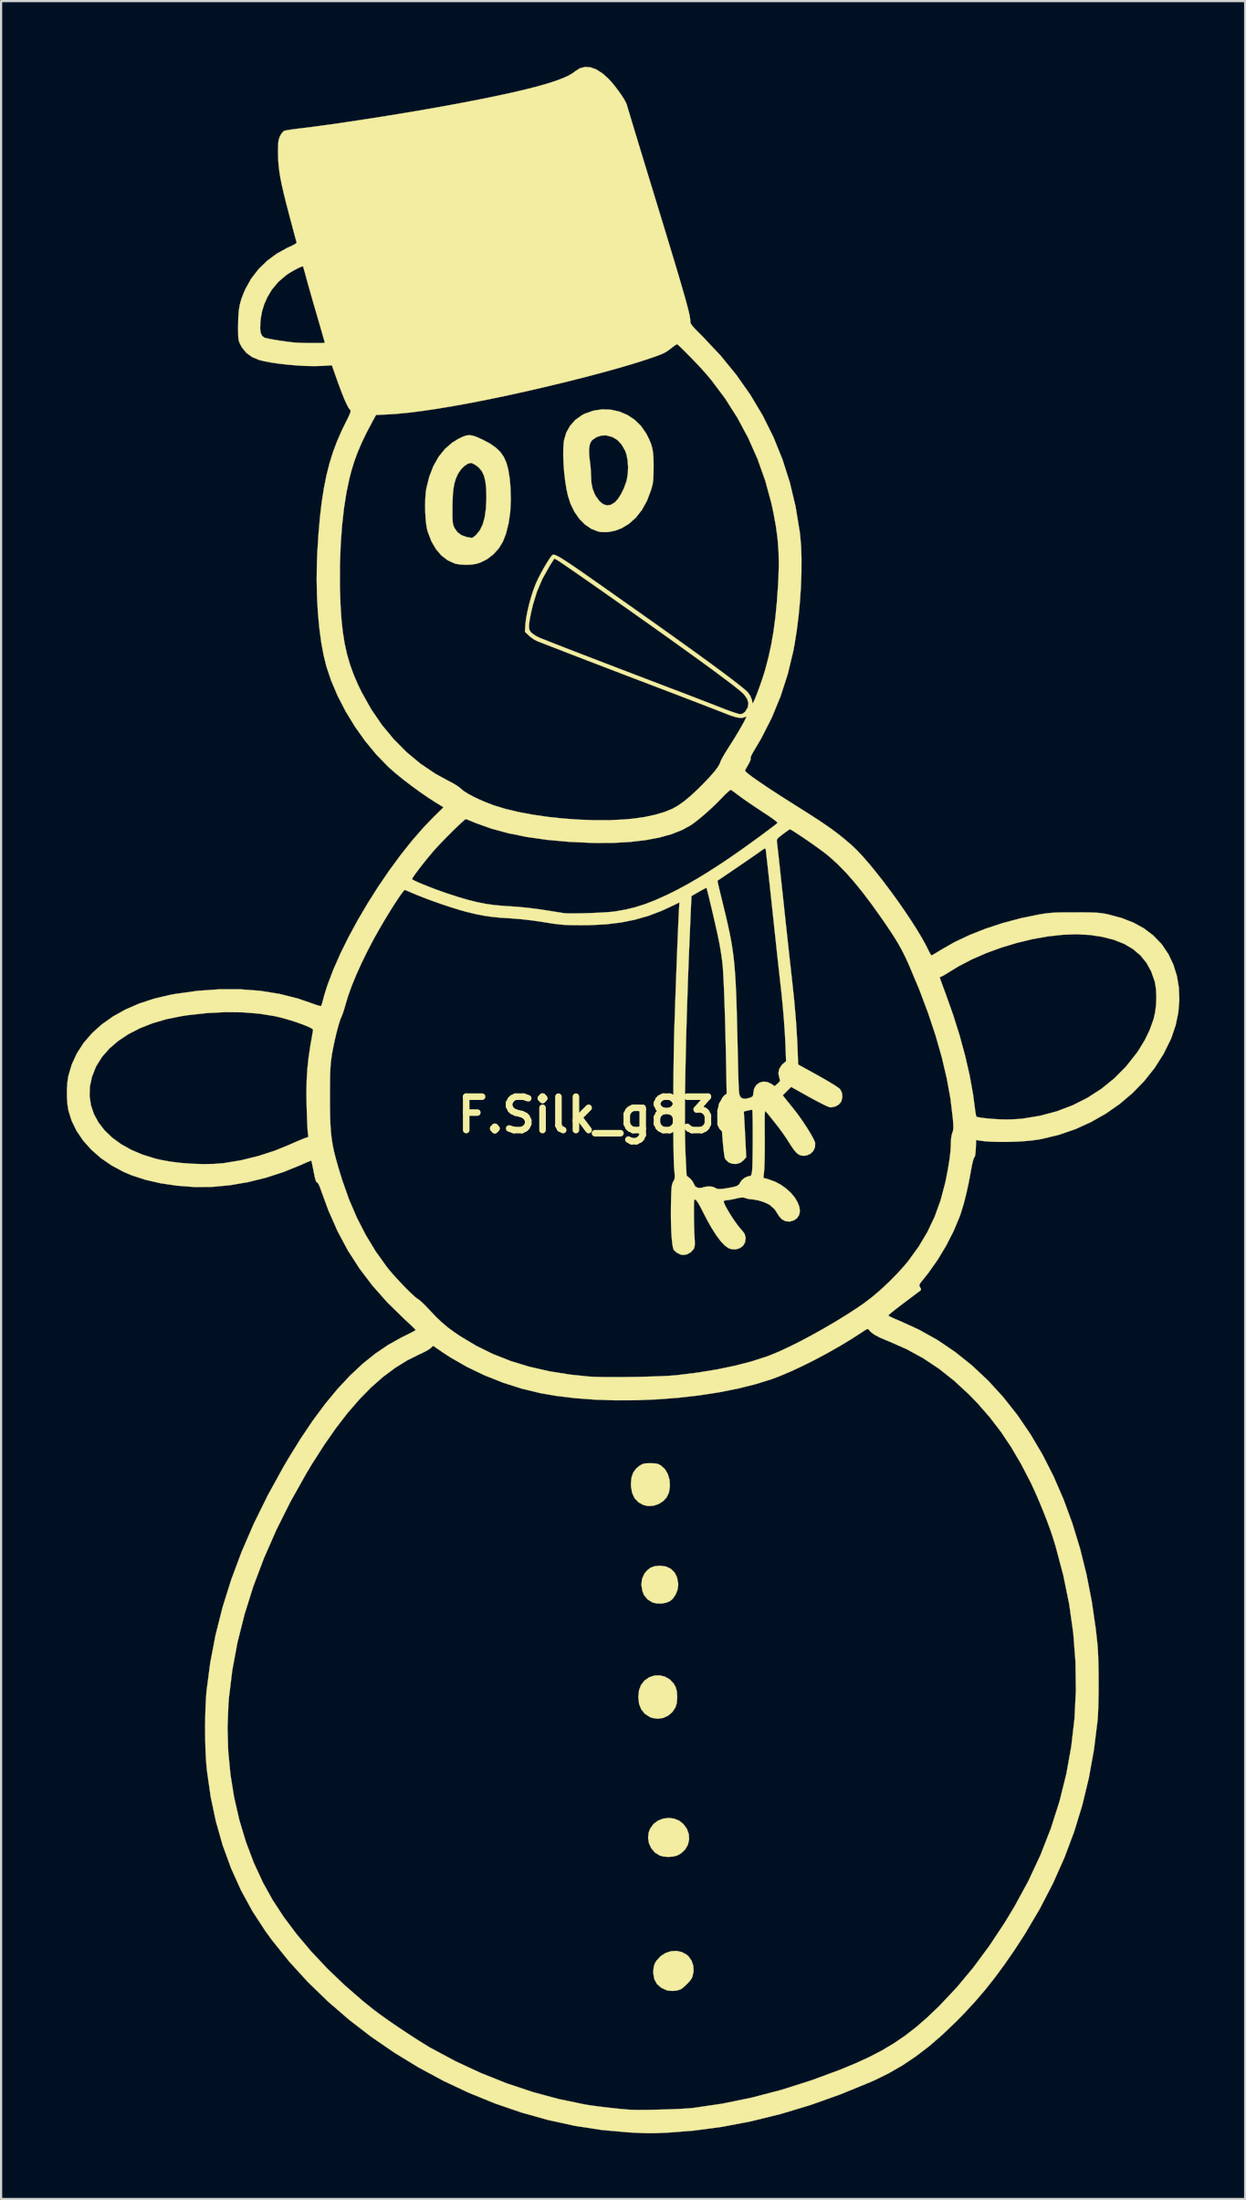
<source format=kicad_pcb>
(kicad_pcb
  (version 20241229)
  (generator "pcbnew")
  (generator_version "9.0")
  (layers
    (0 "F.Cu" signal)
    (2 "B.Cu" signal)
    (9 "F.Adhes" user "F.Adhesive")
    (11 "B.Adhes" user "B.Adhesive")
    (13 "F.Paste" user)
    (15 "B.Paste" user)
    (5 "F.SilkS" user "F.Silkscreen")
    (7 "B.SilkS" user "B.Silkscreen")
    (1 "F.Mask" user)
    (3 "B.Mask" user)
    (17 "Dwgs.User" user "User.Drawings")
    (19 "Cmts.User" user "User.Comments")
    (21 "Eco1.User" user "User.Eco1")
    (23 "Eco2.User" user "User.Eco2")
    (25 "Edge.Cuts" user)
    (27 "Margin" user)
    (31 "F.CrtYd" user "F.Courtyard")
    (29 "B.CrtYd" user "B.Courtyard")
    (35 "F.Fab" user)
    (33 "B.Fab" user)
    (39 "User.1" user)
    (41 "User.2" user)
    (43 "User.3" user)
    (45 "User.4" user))
  (footprint "F.Silk_g836"
    (layer "F.Cu")
    (at 24.434 47.837)
    (property "Reference" "F.Silk_g836" (at 0 0 0) (layer "F.SilkS") (effects (font (size 1.524 1.524) (thickness 0.3))))
    (attr through_hole)
    (fp_poly (pts (xy 3.282 32.115) (xy 3.517 32.211) (xy 3.705 32.359) (xy 3.867 32.58) (xy 3.954 32.82) (xy 3.969 33.065) (xy 3.916 33.301) (xy 3.796 33.515) (xy 3.614 33.693) (xy 3.42 33.801) (xy 3.239 33.847) (xy 3.02 33.863) (xy 2.802 33.846) (xy 2.625 33.799) (xy 2.407 33.662) (xy 2.243 33.471) (xy 2.137 33.243) (xy 2.096 32.994) (xy 2.125 32.742) (xy 2.193 32.567) (xy 2.345 32.36) (xy 2.546 32.209) (xy 2.78 32.117) (xy 3.031 32.085) (xy 3.282 32.115)) (stroke (width 0.01) (type solid)) (fill yes) (layer "F.SilkS"))
    (fp_poly (pts (xy 2.871 25.638) (xy 3.086 25.763) (xy 3.263 25.95) (xy 3.349 26.099) (xy 3.409 26.306) (xy 3.427 26.564) (xy 3.407 26.836) (xy 3.349 27.03) (xy 3.204 27.252) (xy 3.009 27.418) (xy 2.78 27.522) (xy 2.532 27.557) (xy 2.281 27.518) (xy 2.18 27.479) (xy 1.95 27.331) (xy 1.785 27.132) (xy 1.686 26.88) (xy 1.652 26.573) (xy 1.652 26.555) (xy 1.683 26.258) (xy 1.775 26.014) (xy 1.931 25.816) (xy 1.931 25.815) (xy 2.149 25.663) (xy 2.388 25.585) (xy 2.634 25.578) (xy 2.871 25.638)) (stroke (width 0.01) (type solid)) (fill yes) (layer "F.SilkS"))
    (fp_poly (pts (xy 2.917 20.61) (xy 3.137 20.715) (xy 3.306 20.882) (xy 3.419 21.106) (xy 3.469 21.382) (xy 3.471 21.461) (xy 3.438 21.682) (xy 3.347 21.901) (xy 3.215 22.087) (xy 3.107 22.181) (xy 2.931 22.26) (xy 2.713 22.299) (xy 2.49 22.296) (xy 2.295 22.249) (xy 2.286 22.244) (xy 2.068 22.106) (xy 1.914 21.915) (xy 1.836 21.725) (xy 1.79 21.438) (xy 1.822 21.171) (xy 1.929 20.933) (xy 2.06 20.778) (xy 2.215 20.661) (xy 2.392 20.597) (xy 2.617 20.574) (xy 2.65 20.574) (xy 2.917 20.61)) (stroke (width 0.01) (type solid)) (fill yes) (layer "F.SilkS"))
    (fp_poly (pts (xy 3.633 38.204) (xy 3.854 38.324) (xy 3.938 38.397) (xy 4.079 38.595) (xy 4.159 38.831) (xy 4.174 39.083) (xy 4.121 39.328) (xy 4.084 39.412) (xy 4.014 39.511) (xy 3.901 39.635) (xy 3.771 39.761) (xy 3.649 39.864) (xy 3.577 39.911) (xy 3.414 39.962) (xy 3.213 39.981) (xy 3.016 39.966) (xy 2.939 39.947) (xy 2.685 39.828) (xy 2.498 39.66) (xy 2.381 39.442) (xy 2.334 39.178) (xy 2.336 39.051) (xy 2.357 38.869) (xy 2.402 38.73) (xy 2.48 38.599) (xy 2.668 38.394) (xy 2.892 38.25) (xy 3.138 38.169) (xy 3.39 38.153) (xy 3.633 38.204)) (stroke (width 0.01) (type solid)) (fill yes) (layer "F.SilkS"))
    (fp_poly (pts (xy 2.377 15.9) (xy 2.501 15.917) (xy 2.6 15.952) (xy 2.697 16.01) (xy 2.872 16.174) (xy 2.999 16.394) (xy 3.075 16.654) (xy 3.093 16.937) (xy 3.05 17.225) (xy 3.046 17.239) (xy 2.946 17.451) (xy 2.783 17.627) (xy 2.576 17.758) (xy 2.342 17.835) (xy 2.098 17.85) (xy 1.89 17.805) (xy 1.654 17.677) (xy 1.48 17.491) (xy 1.367 17.246) (xy 1.316 16.946) (xy 1.313 16.845) (xy 1.338 16.556) (xy 1.417 16.323) (xy 1.557 16.134) (xy 1.69 16.023) (xy 1.792 15.957) (xy 1.885 15.919) (xy 1.998 15.901) (xy 2.161 15.896) (xy 2.197 15.896) (xy 2.377 15.9)) (stroke (width 0.01) (type solid)) (fill yes) (layer "F.SilkS"))
    (fp_poly (pts (xy 0.398 -32.189) (xy 0.785 -32.102) (xy 1.15 -31.948) (xy 1.482 -31.729) (xy 1.77 -31.449) (xy 2.005 -31.112) (xy 2.038 -31.051) (xy 2.149 -30.826) (xy 2.231 -30.627) (xy 2.287 -30.434) (xy 2.322 -30.227) (xy 2.341 -29.983) (xy 2.347 -29.683) (xy 2.346 -29.57) (xy 2.344 -29.304) (xy 2.338 -29.102) (xy 2.326 -28.943) (xy 2.306 -28.807) (xy 2.275 -28.673) (xy 2.23 -28.521) (xy 2.228 -28.513) (xy 2.047 -28.034) (xy 1.816 -27.616) (xy 1.539 -27.263) (xy 1.219 -26.978) (xy 0.879 -26.774) (xy 0.569 -26.66) (xy 0.253 -26.602) (xy -0.046 -26.604) (xy -0.181 -26.629) (xy -0.493 -26.75) (xy -0.783 -26.947) (xy -1.044 -27.21) (xy -1.267 -27.531) (xy -1.447 -27.903) (xy -1.563 -28.265) (xy -1.632 -28.586) (xy -1.689 -28.95) (xy -1.733 -29.337) (xy -1.762 -29.727) (xy -1.776 -30.101) (xy -1.773 -30.366) (xy -0.598 -30.366) (xy -0.59 -30.083) (xy -0.555 -29.782) (xy -0.53 -29.572) (xy -0.514 -29.338) (xy -0.509 -29.18) (xy -0.49 -28.845) (xy -0.432 -28.565) (xy -0.33 -28.315) (xy -0.283 -28.232) (xy -0.122 -28.012) (xy 0.047 -27.875) (xy 0.222 -27.82) (xy 0.401 -27.849) (xy 0.583 -27.962) (xy 0.584 -27.963) (xy 0.726 -28.121) (xy 0.866 -28.342) (xy 0.993 -28.603) (xy 1.095 -28.884) (xy 1.127 -28.998) (xy 1.172 -29.275) (xy 1.184 -29.578) (xy 1.162 -29.879) (xy 1.109 -30.15) (xy 1.051 -30.313) (xy 0.888 -30.598) (xy 0.695 -30.806) (xy 0.464 -30.943) (xy 0.19 -31.015) (xy 0.17 -31.017) (xy -0.049 -31.007) (xy -0.262 -30.934) (xy -0.441 -30.811) (xy -0.509 -30.732) (xy -0.57 -30.585) (xy -0.598 -30.366) (xy -1.773 -30.366) (xy -1.772 -30.439) (xy -1.75 -30.72) (xy -1.739 -30.795) (xy -1.637 -31.145) (xy -1.461 -31.458) (xy -1.219 -31.727) (xy -0.916 -31.942) (xy -0.793 -32.005) (xy -0.401 -32.144) (xy -0.001 -32.204) (xy 0.398 -32.189)) (stroke (width 0.01) (type solid)) (fill yes) (layer "F.SilkS"))
    (fp_poly (pts (xy -5.895 -31.002) (xy -5.708 -30.936) (xy -5.472 -30.828) (xy -5.438 -30.812) (xy -5.119 -30.641) (xy -4.86 -30.462) (xy -4.653 -30.265) (xy -4.493 -30.039) (xy -4.372 -29.771) (xy -4.285 -29.451) (xy -4.224 -29.069) (xy -4.188 -28.689) (xy -4.168 -28.091) (xy -4.196 -27.525) (xy -4.271 -27.001) (xy -4.39 -26.53) (xy -4.529 -26.171) (xy -4.717 -25.859) (xy -4.965 -25.585) (xy -5.258 -25.362) (xy -5.578 -25.204) (xy -5.762 -25.149) (xy -5.965 -25.119) (xy -6.203 -25.109) (xy -6.442 -25.119) (xy -6.648 -25.147) (xy -6.719 -25.165) (xy -7.043 -25.31) (xy -7.332 -25.529) (xy -7.582 -25.819) (xy -7.79 -26.175) (xy -7.952 -26.594) (xy -7.981 -26.691) (xy -8.023 -26.902) (xy -8.054 -27.173) (xy -8.071 -27.458) (xy -6.834 -27.458) (xy -6.832 -27.256) (xy -6.825 -27.11) (xy -6.813 -27.002) (xy -6.793 -26.918) (xy -6.765 -26.844) (xy -6.739 -26.788) (xy -6.606 -26.598) (xy -6.417 -26.46) (xy -6.166 -26.371) (xy -5.944 -26.336) (xy -5.891 -26.361) (xy -5.802 -26.43) (xy -5.737 -26.49) (xy -5.577 -26.693) (xy -5.452 -26.952) (xy -5.363 -27.271) (xy -5.307 -27.658) (xy -5.284 -28.117) (xy -5.283 -28.197) (xy -5.292 -28.592) (xy -5.329 -28.915) (xy -5.394 -29.176) (xy -5.492 -29.383) (xy -5.626 -29.545) (xy -5.733 -29.631) (xy -5.851 -29.704) (xy -5.951 -29.751) (xy -5.989 -29.76) (xy -6.134 -29.723) (xy -6.29 -29.619) (xy -6.442 -29.465) (xy -6.573 -29.273) (xy -6.6 -29.221) (xy -6.682 -29.031) (xy -6.744 -28.823) (xy -6.788 -28.583) (xy -6.816 -28.296) (xy -6.83 -27.948) (xy -6.833 -27.728) (xy -6.834 -27.458) (xy -8.071 -27.458) (xy -8.073 -27.482) (xy -8.079 -27.805) (xy -8.072 -28.12) (xy -8.051 -28.403) (xy -8.025 -28.591) (xy -7.89 -29.133) (xy -7.702 -29.617) (xy -7.463 -30.039) (xy -7.174 -30.398) (xy -6.838 -30.689) (xy -6.56 -30.859) (xy -6.365 -30.954) (xy -6.202 -31.01) (xy -6.053 -31.026) (xy -5.895 -31.002)) (stroke (width 0.01) (type solid)) (fill yes) (layer "F.SilkS"))
    (fp_poly (pts (xy -0.526 -47.813) (xy -0.258 -47.712) (xy 0.021 -47.532) (xy 0.277 -47.304) (xy 0.423 -47.147) (xy 0.579 -46.958) (xy 0.735 -46.753) (xy 0.879 -46.549) (xy 1 -46.361) (xy 1.086 -46.205) (xy 1.127 -46.102) (xy 1.142 -46.046) (xy 1.181 -45.915) (xy 1.241 -45.716) (xy 1.32 -45.453) (xy 1.416 -45.134) (xy 1.528 -44.765) (xy 1.654 -44.35) (xy 1.792 -43.897) (xy 1.94 -43.412) (xy 2.096 -42.9) (xy 2.224 -42.481) (xy 2.475 -41.66) (xy 2.703 -40.915) (xy 2.907 -40.243) (xy 3.09 -39.639) (xy 3.253 -39.101) (xy 3.396 -38.624) (xy 3.521 -38.205) (xy 3.628 -37.838) (xy 3.72 -37.52) (xy 3.798 -37.248) (xy 3.861 -37.017) (xy 3.912 -36.823) (xy 3.952 -36.662) (xy 3.982 -36.531) (xy 4.002 -36.425) (xy 4.015 -36.34) (xy 4.021 -36.273) (xy 4.022 -36.243) (xy 4.026 -36.185) (xy 4.044 -36.127) (xy 4.083 -36.06) (xy 4.153 -35.973) (xy 4.259 -35.857) (xy 4.412 -35.701) (xy 4.597 -35.517) (xy 5.396 -34.668) (xy 6.118 -33.786) (xy 6.762 -32.87) (xy 7.329 -31.92) (xy 7.819 -30.935) (xy 8.232 -29.915) (xy 8.568 -28.858) (xy 8.829 -27.765) (xy 9.014 -26.634) (xy 9.038 -26.437) (xy 9.08 -25.939) (xy 9.098 -25.374) (xy 9.095 -24.761) (xy 9.072 -24.114) (xy 9.028 -23.449) (xy 8.965 -22.782) (xy 8.884 -22.129) (xy 8.786 -21.506) (xy 8.722 -21.167) (xy 8.469 -20.114) (xy 8.141 -19.101) (xy 7.739 -18.125) (xy 7.26 -17.185) (xy 6.949 -16.658) (xy 6.848 -16.485) (xy 6.788 -16.357) (xy 6.772 -16.284) (xy 6.775 -16.275) (xy 6.775 -16.214) (xy 6.728 -16.1) (xy 6.666 -15.987) (xy 6.592 -15.859) (xy 6.539 -15.76) (xy 6.519 -15.713) (xy 6.555 -15.664) (xy 6.657 -15.576) (xy 6.822 -15.45) (xy 7.045 -15.292) (xy 7.319 -15.103) (xy 7.64 -14.888) (xy 8.004 -14.651) (xy 8.404 -14.394) (xy 8.805 -14.14) (xy 9.239 -13.867) (xy 9.611 -13.629) (xy 9.93 -13.422) (xy 10.205 -13.236) (xy 10.448 -13.066) (xy 10.668 -12.904) (xy 10.875 -12.743) (xy 11.079 -12.577) (xy 11.289 -12.397) (xy 11.403 -12.299) (xy 11.636 -12.076) (xy 11.903 -11.79) (xy 12.197 -11.452) (xy 12.509 -11.07) (xy 12.834 -10.657) (xy 13.162 -10.221) (xy 13.486 -9.774) (xy 13.799 -9.325) (xy 14.093 -8.886) (xy 14.361 -8.466) (xy 14.595 -8.076) (xy 14.787 -7.726) (xy 14.877 -7.545) (xy 14.943 -7.413) (xy 14.998 -7.319) (xy 15.031 -7.281) (xy 15.032 -7.281) (xy 15.078 -7.303) (xy 15.179 -7.36) (xy 15.318 -7.444) (xy 15.437 -7.518) (xy 16.062 -7.876) (xy 16.756 -8.206) (xy 17.506 -8.503) (xy 18.298 -8.763) (xy 19.121 -8.981) (xy 19.96 -9.153) (xy 20.149 -9.183) (xy 20.323 -9.207) (xy 20.499 -9.224) (xy 20.694 -9.236) (xy 20.923 -9.243) (xy 21.203 -9.247) (xy 21.55 -9.247) (xy 21.59 -9.247) (xy 21.935 -9.246) (xy 22.21 -9.243) (xy 22.429 -9.237) (xy 22.606 -9.228) (xy 22.757 -9.213) (xy 22.895 -9.193) (xy 23.035 -9.167) (xy 23.103 -9.152) (xy 23.713 -8.988) (xy 24.255 -8.776) (xy 24.733 -8.512) (xy 25.149 -8.197) (xy 25.507 -7.828) (xy 25.552 -7.774) (xy 25.846 -7.338) (xy 26.073 -6.858) (xy 26.233 -6.342) (xy 26.323 -5.799) (xy 26.344 -5.238) (xy 26.295 -4.666) (xy 26.175 -4.092) (xy 25.983 -3.525) (xy 25.951 -3.45) (xy 25.621 -2.781) (xy 25.217 -2.147) (xy 24.747 -1.554) (xy 24.215 -1.006) (xy 23.628 -0.507) (xy 22.991 -0.062) (xy 22.31 0.325) (xy 21.591 0.651) (xy 20.84 0.909) (xy 20.061 1.096) (xy 19.918 1.122) (xy 19.617 1.164) (xy 19.266 1.196) (xy 18.886 1.218) (xy 18.495 1.23) (xy 18.111 1.23) (xy 17.755 1.22) (xy 17.444 1.198) (xy 17.202 1.166) (xy 17.069 1.141) (xy 17.054 1.524) (xy 17.039 1.745) (xy 17.016 1.883) (xy 16.983 1.943) (xy 16.954 1.998) (xy 16.917 2.124) (xy 16.875 2.311) (xy 16.831 2.545) (xy 16.825 2.58) (xy 16.728 3.101) (xy 16.617 3.604) (xy 16.497 4.071) (xy 16.372 4.481) (xy 16.311 4.656) (xy 16.036 5.31) (xy 15.698 5.971) (xy 15.311 6.612) (xy 14.89 7.209) (xy 14.718 7.426) (xy 14.595 7.577) (xy 14.518 7.679) (xy 14.481 7.747) (xy 14.477 7.796) (xy 14.497 7.843) (xy 14.511 7.865) (xy 14.554 7.944) (xy 14.545 7.992) (xy 14.518 8.017) (xy 14.467 8.056) (xy 14.359 8.137) (xy 14.205 8.253) (xy 14.018 8.394) (xy 13.808 8.552) (xy 13.758 8.59) (xy 13.549 8.749) (xy 13.364 8.892) (xy 13.215 9.012) (xy 13.111 9.099) (xy 13.062 9.147) (xy 13.06 9.152) (xy 13.097 9.18) (xy 13.198 9.233) (xy 13.349 9.301) (xy 13.534 9.38) (xy 13.568 9.393) (xy 14.455 9.796) (xy 15.306 10.273) (xy 16.117 10.822) (xy 16.889 11.441) (xy 17.62 12.128) (xy 18.308 12.88) (xy 18.952 13.696) (xy 19.55 14.572) (xy 20.102 15.507) (xy 20.605 16.498) (xy 21.059 17.544) (xy 21.461 18.641) (xy 21.812 19.787) (xy 22.108 20.981) (xy 22.35 22.22) (xy 22.535 23.502) (xy 22.611 24.215) (xy 22.628 24.463) (xy 22.642 24.777) (xy 22.652 25.141) (xy 22.658 25.538) (xy 22.659 25.95) (xy 22.657 26.362) (xy 22.651 26.755) (xy 22.641 27.113) (xy 22.627 27.42) (xy 22.61 27.644) (xy 22.446 28.97) (xy 22.215 30.252) (xy 21.915 31.497) (xy 21.543 32.712) (xy 21.097 33.901) (xy 20.575 35.072) (xy 19.975 36.231) (xy 19.293 37.384) (xy 18.833 38.094) (xy 18.373 38.761) (xy 17.928 39.366) (xy 17.483 39.928) (xy 17.023 40.464) (xy 16.535 40.993) (xy 16.173 41.362) (xy 15.543 41.966) (xy 14.929 42.498) (xy 14.319 42.966) (xy 13.703 43.379) (xy 13.068 43.744) (xy 12.403 44.069) (xy 12.255 44.135) (xy 10.878 44.699) (xy 9.508 45.187) (xy 8.147 45.597) (xy 6.8 45.929) (xy 5.469 46.183) (xy 4.158 46.357) (xy 3.111 46.439) (xy 2.803 46.455) (xy 2.553 46.466) (xy 2.34 46.472) (xy 2.143 46.473) (xy 1.94 46.469) (xy 1.71 46.461) (xy 1.43 46.447) (xy 1.215 46.435) (xy -0.011 46.327) (xy -1.241 46.138) (xy -2.468 45.87) (xy -3.689 45.528) (xy -4.897 45.113) (xy -6.086 44.629) (xy -7.252 44.08) (xy -8.388 43.467) (xy -9.49 42.794) (xy -10.551 42.065) (xy -11.567 41.282) (xy -12.531 40.447) (xy -13.439 39.565) (xy -14.285 38.639) (xy -15.063 37.67) (xy -15.364 37.257) (xy -15.958 36.347) (xy -16.482 35.389) (xy -16.935 34.385) (xy -17.318 33.337) (xy -17.629 32.246) (xy -17.869 31.113) (xy -18.036 29.941) (xy -18.055 29.76) (xy -18.084 29.389) (xy -18.105 28.956) (xy -18.117 28.482) (xy -18.121 27.988) (xy -18.121 27.966) (xy -17.1 27.966) (xy -17.068 29.033) (xy -16.967 30.095) (xy -16.798 31.144) (xy -16.563 32.171) (xy -16.263 33.168) (xy -15.902 34.127) (xy -15.48 35.039) (xy -15.047 35.819) (xy -14.532 36.607) (xy -13.94 37.396) (xy -13.278 38.18) (xy -12.552 38.952) (xy -11.771 39.702) (xy -10.941 40.425) (xy -10.435 40.832) (xy -10.201 41.008) (xy -9.911 41.217) (xy -9.582 41.447) (xy -9.229 41.687) (xy -8.869 41.926) (xy -8.518 42.154) (xy -8.194 42.359) (xy -7.912 42.531) (xy -7.811 42.59) (xy -6.689 43.19) (xy -5.534 43.727) (xy -4.358 44.196) (xy -3.169 44.594) (xy -1.978 44.916) (xy -0.796 45.16) (xy -0.759 45.167) (xy -0.506 45.206) (xy -0.192 45.249) (xy 0.159 45.292) (xy 0.522 45.333) (xy 0.872 45.369) (xy 1.187 45.396) (xy 1.206 45.398) (xy 1.383 45.406) (xy 1.629 45.41) (xy 1.926 45.409) (xy 2.26 45.405) (xy 2.613 45.397) (xy 2.971 45.387) (xy 3.316 45.374) (xy 3.632 45.359) (xy 3.904 45.342) (xy 4.115 45.324) (xy 4.149 45.321) (xy 5.473 45.127) (xy 6.817 44.852) (xy 8.179 44.496) (xy 9.557 44.058) (xy 10.858 43.577) (xy 11.566 43.284) (xy 12.203 42.991) (xy 12.784 42.688) (xy 13.323 42.366) (xy 13.835 42.017) (xy 14.332 41.63) (xy 14.83 41.198) (xy 15.341 40.711) (xy 15.411 40.641) (xy 16.193 39.81) (xy 16.945 38.907) (xy 17.669 37.928) (xy 18.369 36.872) (xy 18.812 36.14) (xy 19.45 34.969) (xy 20.006 33.776) (xy 20.481 32.562) (xy 20.874 31.33) (xy 21.185 30.082) (xy 21.413 28.818) (xy 21.56 27.541) (xy 21.623 26.252) (xy 21.604 24.953) (xy 21.503 23.646) (xy 21.318 22.332) (xy 21.049 21.013) (xy 20.698 19.691) (xy 20.566 19.262) (xy 20.45 18.92) (xy 20.305 18.527) (xy 20.14 18.104) (xy 19.963 17.675) (xy 19.785 17.263) (xy 19.615 16.89) (xy 19.544 16.743) (xy 19.112 15.914) (xy 18.667 15.156) (xy 18.197 14.456) (xy 17.694 13.8) (xy 17.148 13.175) (xy 16.748 12.762) (xy 16.068 12.132) (xy 15.372 11.58) (xy 14.651 11.101) (xy 13.895 10.688) (xy 13.097 10.336) (xy 13.018 10.305) (xy 12.684 10.165) (xy 12.429 10.029) (xy 12.255 9.899) (xy 12.188 9.823) (xy 12.156 9.781) (xy 12.12 9.766) (xy 12.063 9.786) (xy 11.968 9.843) (xy 11.853 9.92) (xy 11.357 10.241) (xy 10.821 10.564) (xy 10.261 10.88) (xy 9.693 11.183) (xy 9.132 11.463) (xy 8.595 11.712) (xy 8.096 11.923) (xy 7.743 12.056) (xy 7 12.288) (xy 6.19 12.49) (xy 5.325 12.661) (xy 4.417 12.801) (xy 3.479 12.907) (xy 2.523 12.98) (xy 1.56 13.02) (xy 0.605 13.024) (xy -0.332 12.993) (xy -1.239 12.925) (xy -2.102 12.82) (xy -2.812 12.698) (xy -3.668 12.492) (xy -4.525 12.219) (xy -5.364 11.885) (xy -6.169 11.499) (xy -6.923 11.067) (xy -7.255 10.85) (xy -7.715 10.535) (xy -7.826 10.641) (xy -7.914 10.704) (xy -8.056 10.786) (xy -8.228 10.872) (xy -8.319 10.913) (xy -8.889 11.196) (xy -9.447 11.541) (xy -9.996 11.951) (xy -10.538 12.427) (xy -11.075 12.974) (xy -11.611 13.592) (xy -12.147 14.286) (xy -12.686 15.058) (xy -13.231 15.909) (xy -13.491 16.341) (xy -14.222 17.641) (xy -14.871 18.939) (xy -15.439 20.232) (xy -15.924 21.52) (xy -16.326 22.801) (xy -16.646 24.076) (xy -16.882 25.342) (xy -17.035 26.599) (xy -17.059 26.903) (xy -17.1 27.966) (xy -18.121 27.966) (xy -18.116 27.496) (xy -18.103 27.027) (xy -18.081 26.603) (xy -18.056 26.289) (xy -17.89 25.017) (xy -17.648 23.749) (xy -17.329 22.481) (xy -16.931 21.211) (xy -16.455 19.936) (xy -15.899 18.653) (xy -15.262 17.361) (xy -14.543 16.055) (xy -14.338 15.706) (xy -13.77 14.786) (xy -13.206 13.948) (xy -12.643 13.19) (xy -12.079 12.508) (xy -11.512 11.9) (xy -10.939 11.363) (xy -10.357 10.896) (xy -9.765 10.494) (xy -9.159 10.156) (xy -9.05 10.102) (xy -8.857 10.007) (xy -8.694 9.924) (xy -8.576 9.859) (xy -8.515 9.821) (xy -8.51 9.815) (xy -8.54 9.779) (xy -8.622 9.696) (xy -8.746 9.576) (xy -8.903 9.429) (xy -9.049 9.294) (xy -9.802 8.558) (xy -10.477 7.797) (xy -11.079 7.004) (xy -11.613 6.173) (xy -12.082 5.294) (xy -12.493 4.362) (xy -12.788 3.559) (xy -12.871 3.325) (xy -12.937 3.17) (xy -12.986 3.092) (xy -13.011 3.08) (xy -13.043 3.061) (xy -13.076 2.984) (xy -13.115 2.841) (xy -13.16 2.623) (xy -13.166 2.593) (xy -13.204 2.4) (xy -13.237 2.239) (xy -13.261 2.127) (xy -13.273 2.083) (xy -13.273 2.083) (xy -13.313 2.094) (xy -13.415 2.135) (xy -13.564 2.198) (xy -13.745 2.279) (xy -13.764 2.287) (xy -14.541 2.603) (xy -15.347 2.864) (xy -16.166 3.066) (xy -16.985 3.206) (xy -17.788 3.282) (xy -18.562 3.29) (xy -18.637 3.287) (xy -19.423 3.226) (xy -20.162 3.116) (xy -20.847 2.958) (xy -21.471 2.755) (xy -21.839 2.599) (xy -22.385 2.307) (xy -22.878 1.969) (xy -23.313 1.589) (xy -23.684 1.175) (xy -23.986 0.731) (xy -24.215 0.263) (xy -24.362 -0.212) (xy -24.406 -0.491) (xy -24.428 -0.819) (xy -24.428 -0.859) (xy -23.396 -0.859) (xy -23.333 -0.44) (xy -23.196 -0.037) (xy -22.988 0.345) (xy -22.711 0.702) (xy -22.368 1.032) (xy -21.961 1.33) (xy -21.494 1.592) (xy -20.968 1.814) (xy -20.387 1.994) (xy -20.151 2.05) (xy -19.711 2.13) (xy -19.222 2.19) (xy -18.709 2.228) (xy -18.198 2.244) (xy -17.715 2.235) (xy -17.286 2.201) (xy -17.271 2.199) (xy -16.494 2.071) (xy -15.706 1.878) (xy -14.937 1.629) (xy -14.25 1.348) (xy -14.047 1.257) (xy -13.853 1.173) (xy -13.692 1.106) (xy -13.595 1.068) (xy -13.41 1.003) (xy -13.435 0.787) (xy -13.444 0.682) (xy -13.454 0.508) (xy -13.464 0.28) (xy -13.475 0.014) (xy -13.484 -0.274) (xy -13.488 -0.402) (xy -13.494 -0.847) (xy -12.425 -0.847) (xy -12.423 -0.355) (xy -12.417 0.068) (xy -12.404 0.435) (xy -12.382 0.763) (xy -12.349 1.066) (xy -12.303 1.358) (xy -12.241 1.656) (xy -12.162 1.973) (xy -12.063 2.325) (xy -11.942 2.726) (xy -11.868 2.963) (xy -11.562 3.834) (xy -11.201 4.677) (xy -10.789 5.48) (xy -10.334 6.231) (xy -9.842 6.918) (xy -9.735 7.053) (xy -9.584 7.233) (xy -9.408 7.43) (xy -9.218 7.635) (xy -9.026 7.836) (xy -8.841 8.022) (xy -8.675 8.182) (xy -8.538 8.306) (xy -8.442 8.381) (xy -8.415 8.397) (xy -8.346 8.444) (xy -8.234 8.543) (xy -8.093 8.68) (xy -7.935 8.843) (xy -7.864 8.919) (xy -7.576 9.222) (xy -7.309 9.475) (xy -7.039 9.702) (xy -6.738 9.923) (xy -6.477 10.099) (xy -5.746 10.536) (xy -4.981 10.913) (xy -4.174 11.231) (xy -3.322 11.492) (xy -2.417 11.698) (xy -1.455 11.851) (xy -0.634 11.937) (xy -0.414 11.95) (xy -0.124 11.958) (xy 0.223 11.963) (xy 0.61 11.964) (xy 1.025 11.962) (xy 1.452 11.957) (xy 1.877 11.949) (xy 2.286 11.937) (xy 2.664 11.924) (xy 2.998 11.908) (xy 3.272 11.889) (xy 3.408 11.877) (xy 4.364 11.758) (xy 5.257 11.612) (xy 6.082 11.44) (xy 6.835 11.244) (xy 7.512 11.024) (xy 7.684 10.96) (xy 8.092 10.79) (xy 8.553 10.575) (xy 9.053 10.325) (xy 9.577 10.046) (xy 10.113 9.747) (xy 10.644 9.436) (xy 11.158 9.12) (xy 11.64 8.807) (xy 11.938 8.602) (xy 12.306 8.323) (xy 12.697 7.991) (xy 13.091 7.624) (xy 13.469 7.242) (xy 13.809 6.863) (xy 13.97 6.668) (xy 14.443 6.016) (xy 14.843 5.347) (xy 15.174 4.649) (xy 15.443 3.909) (xy 15.654 3.117) (xy 15.701 2.898) (xy 15.792 2.418) (xy 15.858 2.007) (xy 15.899 1.653) (xy 15.916 1.345) (xy 15.917 1.259) (xy 15.928 1.069) (xy 15.957 0.898) (xy 15.983 0.814) (xy 16.011 0.735) (xy 16.026 0.647) (xy 16.03 0.531) (xy 16.022 0.37) (xy 16.005 0.144) (xy 16.003 0.127) (xy 15.898 -0.744) (xy 15.731 -1.663) (xy 15.504 -2.626) (xy 15.219 -3.626) (xy 14.876 -4.656) (xy 14.48 -5.711) (xy 14.243 -6.274) (xy 15.409 -6.274) (xy 15.424 -6.226) (xy 15.463 -6.112) (xy 15.524 -5.944) (xy 15.6 -5.737) (xy 15.685 -5.509) (xy 16.021 -4.564) (xy 16.316 -3.624) (xy 16.567 -2.702) (xy 16.772 -1.809) (xy 16.926 -0.957) (xy 17.013 -0.304) (xy 17.034 -0.139) (xy 17.056 -0.008) (xy 17.076 0.068) (xy 17.081 0.077) (xy 17.14 0.098) (xy 17.268 0.121) (xy 17.447 0.145) (xy 17.66 0.167) (xy 17.892 0.185) (xy 18.125 0.199) (xy 18.344 0.206) (xy 18.373 0.206) (xy 18.615 0.204) (xy 18.879 0.193) (xy 19.12 0.175) (xy 19.198 0.167) (xy 19.993 0.037) (xy 20.754 -0.167) (xy 21.477 -0.442) (xy 22.159 -0.787) (xy 22.794 -1.198) (xy 23.379 -1.673) (xy 23.911 -2.211) (xy 24.384 -2.808) (xy 24.493 -2.966) (xy 24.774 -3.428) (xy 24.994 -3.886) (xy 25.167 -4.37) (xy 25.172 -4.386) (xy 25.242 -4.696) (xy 25.284 -5.047) (xy 25.296 -5.411) (xy 25.278 -5.757) (xy 25.229 -6.059) (xy 25.219 -6.096) (xy 25.062 -6.546) (xy 24.845 -6.942) (xy 24.568 -7.283) (xy 24.228 -7.572) (xy 23.824 -7.809) (xy 23.355 -7.995) (xy 22.818 -8.132) (xy 22.246 -8.217) (xy 21.651 -8.247) (xy 21.008 -8.223) (xy 20.33 -8.147) (xy 19.631 -8.022) (xy 18.924 -7.851) (xy 18.222 -7.64) (xy 17.538 -7.39) (xy 16.884 -7.105) (xy 16.276 -6.789) (xy 15.892 -6.556) (xy 15.731 -6.455) (xy 15.593 -6.373) (xy 15.496 -6.321) (xy 15.458 -6.308) (xy 15.412 -6.285) (xy 15.409 -6.274) (xy 14.243 -6.274) (xy 14.03 -6.783) (xy 13.949 -6.966) (xy 13.817 -7.25) (xy 13.682 -7.517) (xy 13.535 -7.784) (xy 13.367 -8.063) (xy 13.169 -8.37) (xy 12.934 -8.719) (xy 12.74 -9) (xy 12.3 -9.616) (xy 11.888 -10.161) (xy 11.498 -10.641) (xy 11.125 -11.063) (xy 10.763 -11.433) (xy 10.407 -11.757) (xy 10.228 -11.906) (xy 10.089 -12.013) (xy 9.912 -12.143) (xy 9.71 -12.288) (xy 9.494 -12.44) (xy 9.276 -12.59) (xy 9.067 -12.731) (xy 8.881 -12.854) (xy 8.728 -12.952) (xy 8.62 -13.016) (xy 8.569 -13.039) (xy 8.525 -13.015) (xy 8.431 -12.95) (xy 8.304 -12.858) (xy 8.249 -12.816) (xy 8.109 -12.708) (xy 8.024 -12.633) (xy 7.982 -12.574) (xy 7.972 -12.512) (xy 7.98 -12.43) (xy 7.981 -12.425) (xy 7.989 -12.353) (xy 8.006 -12.205) (xy 8.03 -11.988) (xy 8.061 -11.711) (xy 8.097 -11.381) (xy 8.137 -11.007) (xy 8.182 -10.596) (xy 8.229 -10.157) (xy 8.277 -9.716) (xy 8.329 -9.227) (xy 8.382 -8.737) (xy 8.434 -8.258) (xy 8.484 -7.799) (xy 8.531 -7.372) (xy 8.573 -6.989) (xy 8.61 -6.66) (xy 8.639 -6.397) (xy 8.655 -6.265) (xy 8.767 -5.21) (xy 8.851 -4.23) (xy 8.906 -3.324) (xy 8.916 -3.067) (xy 8.945 -2.303) (xy 9.849 -1.803) (xy 10.122 -1.649) (xy 10.368 -1.505) (xy 10.576 -1.378) (xy 10.735 -1.274) (xy 10.835 -1.2) (xy 10.859 -1.177) (xy 10.943 -1.016) (xy 10.964 -0.825) (xy 10.92 -0.634) (xy 10.903 -0.596) (xy 10.798 -0.475) (xy 10.643 -0.387) (xy 10.471 -0.348) (xy 10.389 -0.352) (xy 10.311 -0.379) (xy 10.173 -0.442) (xy 9.987 -0.534) (xy 9.767 -0.648) (xy 9.526 -0.778) (xy 9.437 -0.827) (xy 8.626 -1.28) (xy 8.434 -1.088) (xy 8.242 -0.897) (xy 8.323 -0.793) (xy 8.38 -0.721) (xy 8.477 -0.6) (xy 8.601 -0.446) (xy 8.738 -0.276) (xy 8.746 -0.267) (xy 8.914 -0.05) (xy 9.085 0.188) (xy 9.252 0.434) (xy 9.406 0.674) (xy 9.539 0.895) (xy 9.641 1.083) (xy 9.706 1.226) (xy 9.723 1.285) (xy 9.715 1.475) (xy 9.636 1.644) (xy 9.502 1.773) (xy 9.325 1.85) (xy 9.207 1.863) (xy 9.083 1.851) (xy 8.973 1.808) (xy 8.866 1.725) (xy 8.751 1.59) (xy 8.617 1.395) (xy 8.532 1.261) (xy 8.402 1.058) (xy 8.261 0.851) (xy 8.098 0.629) (xy 7.904 0.377) (xy 7.67 0.084) (xy 7.484 -0.144) (xy 7.463 -0.166) (xy 7.447 -0.169) (xy 7.434 -0.143) (xy 7.426 -0.081) (xy 7.42 0.025) (xy 7.418 0.184) (xy 7.417 0.404) (xy 7.419 0.695) (xy 7.421 0.974) (xy 7.422 1.306) (xy 7.42 1.628) (xy 7.417 1.927) (xy 7.411 2.186) (xy 7.404 2.39) (xy 7.395 2.525) (xy 7.395 2.526) (xy 7.361 2.871) (xy 7.607 2.942) (xy 7.901 3.05) (xy 8.171 3.195) (xy 8.413 3.37) (xy 8.622 3.564) (xy 8.793 3.771) (xy 8.92 3.983) (xy 8.999 4.191) (xy 9.025 4.387) (xy 8.991 4.562) (xy 8.895 4.71) (xy 8.763 4.805) (xy 8.563 4.866) (xy 8.368 4.848) (xy 8.195 4.757) (xy 8.059 4.598) (xy 8.039 4.561) (xy 7.87 4.302) (xy 7.655 4.111) (xy 7.556 4.054) (xy 7.347 3.965) (xy 7.112 3.895) (xy 6.892 3.856) (xy 6.816 3.851) (xy 6.671 3.833) (xy 6.542 3.795) (xy 6.462 3.77) (xy 6.371 3.766) (xy 6.244 3.785) (xy 6.097 3.818) (xy 5.927 3.855) (xy 5.774 3.882) (xy 5.669 3.894) (xy 5.662 3.894) (xy 5.578 3.91) (xy 5.546 3.944) (xy 5.57 4.03) (xy 5.635 4.169) (xy 5.731 4.344) (xy 5.849 4.54) (xy 5.979 4.741) (xy 6.111 4.932) (xy 6.236 5.098) (xy 6.343 5.223) (xy 6.366 5.247) (xy 6.5 5.421) (xy 6.551 5.61) (xy 6.52 5.818) (xy 6.519 5.821) (xy 6.428 5.973) (xy 6.282 6.08) (xy 6.103 6.134) (xy 5.911 6.129) (xy 5.764 6.078) (xy 5.596 5.957) (xy 5.408 5.758) (xy 5.205 5.486) (xy 4.989 5.146) (xy 4.763 4.742) (xy 4.614 4.45) (xy 4.485 4.199) (xy 4.385 4.021) (xy 4.307 3.909) (xy 4.249 3.86) (xy 4.206 3.865) (xy 4.204 3.868) (xy 4.196 3.917) (xy 4.19 4.035) (xy 4.187 4.209) (xy 4.187 4.421) (xy 4.188 4.659) (xy 4.192 4.905) (xy 4.198 5.147) (xy 4.205 5.367) (xy 4.215 5.553) (xy 4.216 5.572) (xy 4.227 5.776) (xy 4.228 5.916) (xy 4.216 6.013) (xy 4.19 6.088) (xy 4.167 6.133) (xy 4.041 6.269) (xy 3.869 6.362) (xy 3.698 6.392) (xy 3.555 6.362) (xy 3.407 6.285) (xy 3.29 6.183) (xy 3.261 6.14) (xy 3.228 6.035) (xy 3.199 5.856) (xy 3.175 5.614) (xy 3.156 5.321) (xy 3.144 4.986) (xy 3.138 4.622) (xy 3.139 4.238) (xy 3.141 4.123) (xy 3.147 3.814) (xy 3.154 3.577) (xy 3.163 3.401) (xy 3.174 3.273) (xy 3.19 3.181) (xy 3.21 3.113) (xy 3.237 3.056) (xy 3.246 3.04) (xy 3.287 2.964) (xy 3.31 2.89) (xy 3.316 2.797) (xy 3.308 2.661) (xy 3.291 2.493) (xy 3.28 2.349) (xy 3.271 2.129) (xy 3.264 1.842) (xy 3.258 1.496) (xy 3.254 1.1) (xy 3.251 0.663) (xy 3.249 0.212) (xy 3.776 0.212) (xy 3.778 0.782) (xy 3.787 1.279) (xy 3.8 1.698) (xy 3.805 1.818) (xy 3.853 2.768) (xy 4.001 2.89) (xy 4.101 2.996) (xy 4.171 3.112) (xy 4.182 3.143) (xy 4.251 3.264) (xy 4.372 3.328) (xy 4.527 3.327) (xy 4.593 3.308) (xy 4.761 3.269) (xy 4.935 3.263) (xy 5.082 3.29) (xy 5.146 3.322) (xy 5.225 3.364) (xy 5.33 3.382) (xy 5.479 3.375) (xy 5.678 3.347) (xy 5.912 3.305) (xy 6.077 3.265) (xy 6.185 3.221) (xy 6.252 3.167) (xy 6.292 3.097) (xy 6.294 3.093) (xy 6.373 2.976) (xy 6.5 2.872) (xy 6.642 2.806) (xy 6.717 2.794) (xy 6.771 2.783) (xy 6.806 2.738) (xy 6.831 2.638) (xy 6.844 2.551) (xy 6.852 2.46) (xy 6.858 2.303) (xy 6.863 2.094) (xy 6.867 1.843) (xy 6.871 1.564) (xy 6.873 1.269) (xy 6.873 0.97) (xy 6.873 0.678) (xy 6.872 0.407) (xy 6.869 0.169) (xy 6.865 -0.025) (xy 6.86 -0.161) (xy 6.853 -0.228) (xy 6.851 -0.232) (xy 6.804 -0.233) (xy 6.704 -0.216) (xy 6.649 -0.203) (xy 6.465 -0.156) (xy 6.493 0.314) (xy 6.506 0.55) (xy 6.521 0.833) (xy 6.536 1.125) (xy 6.547 1.358) (xy 6.574 1.932) (xy 6.45 2.071) (xy 6.298 2.186) (xy 6.119 2.237) (xy 5.935 2.227) (xy 5.766 2.159) (xy 5.635 2.033) (xy 5.608 1.987) (xy 5.586 1.908) (xy 5.563 1.757) (xy 5.538 1.549) (xy 5.513 1.298) (xy 5.489 1.016) (xy 5.467 0.718) (xy 5.448 0.418) (xy 5.432 0.128) (xy 5.421 -0.137) (xy 5.415 -0.364) (xy 5.416 -0.539) (xy 5.424 -0.649) (xy 5.427 -0.665) (xy 5.488 -0.79) (xy 5.574 -0.887) (xy 5.685 -0.974) (xy 5.656 -2.445) (xy 5.643 -3.068) (xy 5.628 -3.675) (xy 5.613 -4.255) (xy 5.596 -4.803) (xy 5.578 -5.309) (xy 5.56 -5.765) (xy 5.542 -6.163) (xy 5.524 -6.496) (xy 5.506 -6.754) (xy 5.501 -6.816) (xy 5.476 -7.045) (xy 5.437 -7.324) (xy 5.39 -7.62) (xy 5.339 -7.899) (xy 5.331 -7.938) (xy 5.294 -8.118) (xy 5.245 -8.344) (xy 5.187 -8.601) (xy 5.124 -8.879) (xy 5.058 -9.165) (xy 4.992 -9.446) (xy 4.929 -9.711) (xy 4.872 -9.946) (xy 4.824 -10.14) (xy 4.787 -10.281) (xy 4.765 -10.356) (xy 4.761 -10.364) (xy 4.722 -10.351) (xy 4.626 -10.303) (xy 4.492 -10.229) (xy 4.413 -10.184) (xy 4.076 -9.99) (xy 4.048 -9.387) (xy 4.003 -8.355) (xy 3.96 -7.34) (xy 3.922 -6.346) (xy 3.889 -5.379) (xy 3.859 -4.444) (xy 3.833 -3.546) (xy 3.813 -2.689) (xy 3.796 -1.88) (xy 3.784 -1.124) (xy 3.778 -0.424) (xy 3.776 0.212) (xy 3.249 0.212) (xy 3.249 0.194) (xy 3.249 -0.299) (xy 3.25 -0.808) (xy 3.253 -1.322) (xy 3.257 -1.834) (xy 3.263 -2.335) (xy 3.27 -2.817) (xy 3.278 -3.27) (xy 3.288 -3.685) (xy 3.297 -4) (xy 3.314 -4.498) (xy 3.332 -5.017) (xy 3.351 -5.548) (xy 3.37 -6.08) (xy 3.39 -6.604) (xy 3.409 -7.111) (xy 3.428 -7.59) (xy 3.446 -8.032) (xy 3.463 -8.426) (xy 3.477 -8.764) (xy 3.49 -9.035) (xy 3.498 -9.201) (xy 3.526 -9.702) (xy 3.319 -9.597) (xy 2.706 -9.313) (xy 2.1 -9.084) (xy 1.485 -8.909) (xy 0.847 -8.782) (xy 0.171 -8.701) (xy -0.558 -8.664) (xy -0.953 -8.66) (xy -1.274 -8.662) (xy -1.535 -8.667) (xy -1.76 -8.679) (xy -1.973 -8.698) (xy -2.199 -8.726) (xy -2.461 -8.766) (xy -2.667 -8.8) (xy -3.163 -8.874) (xy -3.667 -8.932) (xy -4.139 -8.972) (xy -4.23 -8.977) (xy -4.672 -9.006) (xy -5.058 -9.045) (xy -5.416 -9.098) (xy -5.774 -9.168) (xy -6.16 -9.261) (xy -6.198 -9.271) (xy -6.51 -9.358) (xy -6.875 -9.471) (xy -7.271 -9.602) (xy -7.672 -9.742) (xy -8.055 -9.883) (xy -8.395 -10.017) (xy -8.493 -10.057) (xy -8.678 -10.135) (xy -8.836 -10.202) (xy -8.949 -10.25) (xy -9.001 -10.272) (xy -9.041 -10.245) (xy -9.119 -10.152) (xy -9.229 -10) (xy -9.366 -9.797) (xy -9.526 -9.551) (xy -9.704 -9.267) (xy -9.894 -8.955) (xy -10.091 -8.623) (xy -10.408 -8.063) (xy -10.706 -7.496) (xy -10.98 -6.936) (xy -11.224 -6.395) (xy -11.433 -5.885) (xy -11.6 -5.419) (xy -11.708 -5.059) (xy -11.765 -4.86) (xy -11.824 -4.675) (xy -11.878 -4.53) (xy -11.902 -4.475) (xy -11.955 -4.345) (xy -12.018 -4.148) (xy -12.087 -3.901) (xy -12.157 -3.621) (xy -12.225 -3.326) (xy -12.286 -3.031) (xy -12.336 -2.755) (xy -12.346 -2.688) (xy -12.37 -2.519) (xy -12.389 -2.346) (xy -12.403 -2.156) (xy -12.413 -1.936) (xy -12.42 -1.672) (xy -12.423 -1.354) (xy -12.425 -0.967) (xy -12.425 -0.847) (xy -13.494 -0.847) (xy -13.497 -1.022) (xy -13.486 -1.583) (xy -13.454 -2.109) (xy -13.399 -2.622) (xy -13.32 -3.147) (xy -13.31 -3.208) (xy -13.271 -3.43) (xy -13.237 -3.626) (xy -13.212 -3.777) (xy -13.197 -3.868) (xy -13.194 -3.886) (xy -13.229 -3.929) (xy -13.333 -3.989) (xy -13.494 -4.061) (xy -13.7 -4.142) (xy -13.938 -4.227) (xy -14.196 -4.311) (xy -14.461 -4.389) (xy -14.722 -4.459) (xy -14.944 -4.509) (xy -15.646 -4.623) (xy -16.404 -4.684) (xy -17.208 -4.693) (xy -18.045 -4.649) (xy -18.907 -4.554) (xy -19.206 -4.509) (xy -19.883 -4.372) (xy -20.515 -4.188) (xy -21.096 -3.959) (xy -21.623 -3.688) (xy -22.09 -3.378) (xy -22.492 -3.032) (xy -22.824 -2.653) (xy -23.082 -2.244) (xy -23.114 -2.18) (xy -23.289 -1.733) (xy -23.383 -1.292) (xy -23.396 -0.859) (xy -24.428 -0.859) (xy -24.429 -1.164) (xy -24.408 -1.493) (xy -24.367 -1.767) (xy -24.208 -2.306) (xy -23.973 -2.814) (xy -23.665 -3.289) (xy -23.286 -3.729) (xy -22.841 -4.13) (xy -22.332 -4.491) (xy -21.763 -4.809) (xy -21.137 -5.082) (xy -20.457 -5.306) (xy -19.727 -5.479) (xy -19.494 -5.522) (xy -18.47 -5.664) (xy -17.478 -5.735) (xy -16.522 -5.735) (xy -15.604 -5.665) (xy -14.727 -5.525) (xy -13.894 -5.315) (xy -13.304 -5.113) (xy -13.125 -5.048) (xy -12.976 -4.999) (xy -12.873 -4.972) (xy -12.835 -4.969) (xy -12.807 -5.02) (xy -12.772 -5.127) (xy -12.744 -5.237) (xy -12.707 -5.379) (xy -12.65 -5.572) (xy -12.582 -5.79) (xy -12.524 -5.963) (xy -12.263 -6.649) (xy -11.942 -7.374) (xy -11.57 -8.127) (xy -11.154 -8.893) (xy -10.701 -9.662) (xy -10.22 -10.421) (xy -9.984 -10.766) (xy -8.678 -10.766) (xy -8.64 -10.734) (xy -8.534 -10.679) (xy -8.371 -10.605) (xy -8.163 -10.517) (xy -7.921 -10.421) (xy -7.657 -10.319) (xy -7.382 -10.219) (xy -7.109 -10.123) (xy -7.073 -10.111) (xy -6.56 -9.944) (xy -6.104 -9.811) (xy -5.685 -9.708) (xy -5.285 -9.63) (xy -4.885 -9.575) (xy -4.465 -9.538) (xy -4.229 -9.524) (xy -3.842 -9.497) (xy -3.413 -9.456) (xy -2.982 -9.403) (xy -2.684 -9.36) (xy -2.425 -9.319) (xy -2.187 -9.281) (xy -1.986 -9.249) (xy -1.837 -9.226) (xy -1.757 -9.213) (xy -1.635 -9.203) (xy -1.444 -9.199) (xy -1.201 -9.199) (xy -0.922 -9.204) (xy -0.622 -9.212) (xy -0.319 -9.224) (xy -0.027 -9.238) (xy 0.237 -9.255) (xy 0.457 -9.273) (xy 0.602 -9.291) (xy 1.071 -9.374) (xy 1.518 -9.483) (xy 1.963 -9.624) (xy 2.427 -9.805) (xy 2.93 -10.031) (xy 3.069 -10.097) (xy 3.505 -10.317) (xy 3.943 -10.555) (xy 4.177 -10.691) (xy 5.261 -10.691) (xy 5.268 -10.65) (xy 5.293 -10.539) (xy 5.332 -10.37) (xy 5.383 -10.155) (xy 5.443 -9.907) (xy 5.465 -9.819) (xy 5.568 -9.398) (xy 5.659 -9.017) (xy 5.739 -8.669) (xy 5.809 -8.344) (xy 5.87 -8.036) (xy 5.922 -7.736) (xy 5.967 -7.436) (xy 6.006 -7.128) (xy 6.038 -6.803) (xy 6.066 -6.455) (xy 6.089 -6.075) (xy 6.11 -5.654) (xy 6.128 -5.185) (xy 6.144 -4.66) (xy 6.159 -4.071) (xy 6.175 -3.409) (xy 6.184 -3.027) (xy 6.195 -2.549) (xy 6.204 -2.149) (xy 6.213 -1.819) (xy 6.221 -1.552) (xy 6.229 -1.34) (xy 6.237 -1.177) (xy 6.247 -1.055) (xy 6.257 -0.967) (xy 6.27 -0.906) (xy 6.285 -0.865) (xy 6.302 -0.836) (xy 6.322 -0.812) (xy 6.417 -0.748) (xy 6.544 -0.737) (xy 6.718 -0.777) (xy 6.799 -0.806) (xy 6.871 -0.853) (xy 6.898 -0.937) (xy 6.9 -0.996) (xy 6.936 -1.201) (xy 7.033 -1.362) (xy 7.177 -1.471) (xy 7.351 -1.521) (xy 7.542 -1.503) (xy 7.72 -1.419) (xy 7.875 -1.314) (xy 8.009 -1.434) (xy 8.092 -1.515) (xy 8.12 -1.575) (xy 8.103 -1.65) (xy 8.088 -1.688) (xy 8.044 -1.895) (xy 8.081 -2.096) (xy 8.192 -2.273) (xy 8.237 -2.317) (xy 8.395 -2.455) (xy 8.368 -3.164) (xy 8.34 -3.723) (xy 8.297 -4.342) (xy 8.241 -5.001) (xy 8.173 -5.678) (xy 8.129 -6.068) (xy 8.11 -6.235) (xy 8.083 -6.477) (xy 8.049 -6.783) (xy 8.009 -7.144) (xy 7.965 -7.549) (xy 7.918 -7.99) (xy 7.867 -8.456) (xy 7.816 -8.937) (xy 7.769 -9.377) (xy 7.719 -9.842) (xy 7.671 -10.283) (xy 7.627 -10.695) (xy 7.586 -11.067) (xy 7.55 -11.395) (xy 7.519 -11.669) (xy 7.495 -11.882) (xy 7.478 -12.027) (xy 7.469 -12.096) (xy 7.468 -12.1) (xy 7.455 -12.147) (xy 7.429 -12.162) (xy 7.377 -12.14) (xy 7.282 -12.076) (xy 7.185 -12.005) (xy 7.099 -11.944) (xy 6.956 -11.845) (xy 6.768 -11.715) (xy 6.55 -11.565) (xy 6.313 -11.403) (xy 6.071 -11.238) (xy 5.837 -11.078) (xy 5.623 -10.933) (xy 5.443 -10.811) (xy 5.309 -10.722) (xy 5.261 -10.691) (xy 4.177 -10.691) (xy 4.397 -10.819) (xy 4.883 -11.119) (xy 5.415 -11.463) (xy 5.524 -11.535) (xy 5.809 -11.727) (xy 6.137 -11.954) (xy 6.491 -12.204) (xy 6.855 -12.465) (xy 7.21 -12.724) (xy 7.541 -12.97) (xy 7.83 -13.188) (xy 7.993 -13.315) (xy 7.996 -13.342) (xy 7.955 -13.391) (xy 7.863 -13.465) (xy 7.715 -13.571) (xy 7.505 -13.713) (xy 7.337 -13.823) (xy 7.09 -13.986) (xy 6.84 -14.154) (xy 6.606 -14.314) (xy 6.408 -14.453) (xy 6.276 -14.549) (xy 6.125 -14.662) (xy 5.998 -14.756) (xy 5.91 -14.82) (xy 5.881 -14.84) (xy 5.836 -14.822) (xy 5.746 -14.751) (xy 5.624 -14.636) (xy 5.482 -14.49) (xy 5.256 -14.258) (xy 5.003 -14.015) (xy 4.738 -13.775) (xy 4.48 -13.554) (xy 4.245 -13.367) (xy 4.062 -13.235) (xy 3.653 -13.008) (xy 3.169 -12.817) (xy 2.613 -12.662) (xy 1.987 -12.544) (xy 1.295 -12.463) (xy 0.537 -12.419) (xy -0.282 -12.414) (xy -0.466 -12.418) (xy -1.525 -12.467) (xy -2.516 -12.557) (xy -3.438 -12.688) (xy -4.29 -12.86) (xy -5.069 -13.073) (xy -5.776 -13.326) (xy -5.859 -13.361) (xy -6.015 -13.425) (xy -6.139 -13.475) (xy -6.214 -13.502) (xy -6.225 -13.504) (xy -6.271 -13.475) (xy -6.364 -13.395) (xy -6.497 -13.273) (xy -6.658 -13.118) (xy -6.838 -12.942) (xy -7.027 -12.753) (xy -7.215 -12.562) (xy -7.393 -12.378) (xy -7.55 -12.211) (xy -7.677 -12.071) (xy -7.701 -12.042) (xy -7.877 -11.833) (xy -8.055 -11.616) (xy -8.225 -11.402) (xy -8.379 -11.202) (xy -8.51 -11.028) (xy -8.608 -10.889) (xy -8.666 -10.797) (xy -8.678 -10.766) (xy -9.984 -10.766) (xy -9.717 -11.157) (xy -9.202 -11.859) (xy -8.681 -12.514) (xy -8.163 -13.11) (xy -7.718 -13.572) (xy -7.24 -14.042) (xy -7.589 -14.256) (xy -7.937 -14.48) (xy -8.312 -14.738) (xy -8.694 -15.016) (xy -9.065 -15.3) (xy -9.406 -15.576) (xy -9.697 -15.829) (xy -9.771 -15.898) (xy -10.305 -16.447) (xy -10.811 -17.059) (xy -11.281 -17.72) (xy -11.704 -18.413) (xy -12.072 -19.125) (xy -12.376 -19.84) (xy -12.586 -20.469) (xy -12.715 -20.993) (xy -12.824 -21.587) (xy -12.91 -22.239) (xy -12.974 -22.937) (xy -13.015 -23.67) (xy -13.026 -24.239) (xy -11.971 -24.239) (xy -11.967 -23.982) (xy -11.943 -23.275) (xy -11.902 -22.639) (xy -11.841 -22.062) (xy -11.757 -21.533) (xy -11.648 -21.038) (xy -11.512 -20.566) (xy -11.346 -20.104) (xy -11.146 -19.641) (xy -10.972 -19.283) (xy -10.541 -18.515) (xy -10.053 -17.802) (xy -9.512 -17.148) (xy -8.923 -16.555) (xy -8.29 -16.03) (xy -7.615 -15.574) (xy -7.004 -15.241) (xy -6.784 -15.125) (xy -6.596 -15.009) (xy -6.461 -14.906) (xy -6.433 -14.878) (xy -6.312 -14.779) (xy -6.126 -14.662) (xy -5.888 -14.533) (xy -5.612 -14.401) (xy -5.314 -14.272) (xy -5.008 -14.154) (xy -4.927 -14.125) (xy -4.4 -13.965) (xy -3.806 -13.824) (xy -3.158 -13.703) (xy -2.472 -13.604) (xy -1.763 -13.529) (xy -1.045 -13.478) (xy -0.333 -13.453) (xy 0.357 -13.455) (xy 1.011 -13.486) (xy 1.439 -13.526) (xy 1.945 -13.6) (xy 2.417 -13.701) (xy 2.838 -13.825) (xy 3.193 -13.968) (xy 3.196 -13.97) (xy 3.451 -14.112) (xy 3.726 -14.305) (xy 4.028 -14.554) (xy 4.363 -14.866) (xy 4.622 -15.124) (xy 4.904 -15.421) (xy 5.121 -15.669) (xy 5.275 -15.871) (xy 5.367 -16.03) (xy 5.395 -16.108) (xy 5.428 -16.189) (xy 5.5 -16.324) (xy 5.599 -16.495) (xy 5.717 -16.686) (xy 5.753 -16.743) (xy 6.029 -17.178) (xy 6.261 -17.563) (xy 6.446 -17.891) (xy 6.516 -18.026) (xy 6.569 -18.134) (xy 6.584 -18.181) (xy 6.562 -18.182) (xy 6.524 -18.164) (xy 6.411 -18.126) (xy 6.268 -18.125) (xy 6.083 -18.161) (xy 5.846 -18.237) (xy 5.613 -18.327) (xy 5.489 -18.376) (xy 5.293 -18.453) (xy 5.034 -18.553) (xy 4.718 -18.676) (xy 4.353 -18.816) (xy 3.948 -18.972) (xy 3.51 -19.14) (xy 3.046 -19.317) (xy 2.564 -19.502) (xy 2.159 -19.656) (xy 1.652 -19.849) (xy 1.144 -20.043) (xy 0.644 -20.234) (xy 0.163 -20.419) (xy -0.292 -20.593) (xy -0.71 -20.753) (xy -1.082 -20.897) (xy -1.4 -21.019) (xy -1.654 -21.117) (xy -1.778 -21.166) (xy -2.062 -21.276) (xy -2.33 -21.38) (xy -2.568 -21.473) (xy -2.764 -21.549) (xy -2.904 -21.603) (xy -2.962 -21.625) (xy -3.101 -21.696) (xy -3.254 -21.802) (xy -3.338 -21.874) (xy -3.526 -22.053) (xy -3.511 -22.279) (xy -3.34 -22.279) (xy -3.331 -22.177) (xy -3.299 -22.099) (xy -3.256 -22.039) (xy -3.165 -21.956) (xy -3.028 -21.865) (xy -2.902 -21.8) (xy -2.808 -21.76) (xy -2.64 -21.693) (xy -2.403 -21.599) (xy -2.102 -21.481) (xy -1.742 -21.341) (xy -1.33 -21.181) (xy -0.869 -21.003) (xy -0.364 -20.809) (xy 0.178 -20.6) (xy 0.753 -20.38) (xy 1.355 -20.149) (xy 1.98 -19.91) (xy 2.623 -19.665) (xy 3.111 -19.479) (xy 3.494 -19.334) (xy 3.884 -19.184) (xy 4.267 -19.037) (xy 4.628 -18.898) (xy 4.953 -18.772) (xy 5.226 -18.666) (xy 5.419 -18.59) (xy 5.661 -18.496) (xy 5.885 -18.415) (xy 6.076 -18.35) (xy 6.218 -18.307) (xy 6.293 -18.292) (xy 6.414 -18.313) (xy 6.518 -18.396) (xy 6.533 -18.414) (xy 6.647 -18.601) (xy 6.676 -18.793) (xy 6.621 -18.988) (xy 6.482 -19.186) (xy 6.381 -19.285) (xy 6.231 -19.412) (xy 6.012 -19.587) (xy 5.724 -19.807) (xy 5.37 -20.072) (xy 4.95 -20.383) (xy 4.464 -20.737) (xy 3.914 -21.134) (xy 3.301 -21.574) (xy 3.09 -21.725) (xy 2.665 -22.028) (xy 2.227 -22.34) (xy 1.781 -22.655) (xy 1.334 -22.972) (xy 0.891 -23.284) (xy 0.458 -23.589) (xy 0.041 -23.882) (xy -0.355 -24.159) (xy -0.723 -24.416) (xy -1.059 -24.65) (xy -1.356 -24.855) (xy -1.609 -25.029) (xy -1.811 -25.167) (xy -1.958 -25.265) (xy -2.043 -25.32) (xy -2.056 -25.327) (xy -2.185 -25.394) (xy -2.403 -25.048) (xy -2.725 -24.475) (xy -2.975 -23.889) (xy -3.156 -23.301) (xy -3.214 -23.061) (xy -3.266 -22.824) (xy -3.306 -22.615) (xy -3.329 -22.457) (xy -3.331 -22.437) (xy -3.34 -22.279) (xy -3.511 -22.279) (xy -3.502 -22.403) (xy -3.472 -22.66) (xy -3.413 -22.97) (xy -3.333 -23.309) (xy -3.238 -23.651) (xy -3.134 -23.973) (xy -3.027 -24.25) (xy -3.015 -24.278) (xy -2.914 -24.493) (xy -2.789 -24.734) (xy -2.655 -24.977) (xy -2.522 -25.202) (xy -2.403 -25.387) (xy -2.334 -25.482) (xy -2.311 -25.512) (xy -2.29 -25.538) (xy -2.266 -25.558) (xy -2.235 -25.568) (xy -2.195 -25.567) (xy -2.139 -25.553) (xy -2.066 -25.521) (xy -1.971 -25.471) (xy -1.849 -25.399) (xy -1.698 -25.303) (xy -1.512 -25.181) (xy -1.289 -25.031) (xy -1.024 -24.849) (xy -0.713 -24.633) (xy -0.353 -24.38) (xy 0.061 -24.09) (xy 0.532 -23.757) (xy 1.065 -23.382) (xy 1.663 -22.96) (xy 1.672 -22.953) (xy 2.401 -22.438) (xy 3.079 -21.955) (xy 3.705 -21.507) (xy 4.278 -21.095) (xy 4.794 -20.72) (xy 5.252 -20.383) (xy 5.651 -20.087) (xy 5.988 -19.832) (xy 6.261 -19.619) (xy 6.469 -19.452) (xy 6.609 -19.329) (xy 6.635 -19.304) (xy 6.757 -19.137) (xy 6.838 -18.935) (xy 6.859 -18.796) (xy 6.873 -18.788) (xy 6.91 -18.849) (xy 6.963 -18.967) (xy 7.031 -19.132) (xy 7.108 -19.331) (xy 7.189 -19.553) (xy 7.271 -19.787) (xy 7.349 -20.021) (xy 7.418 -20.243) (xy 7.445 -20.334) (xy 7.592 -20.892) (xy 7.717 -21.466) (xy 7.821 -22.069) (xy 7.907 -22.712) (xy 7.975 -23.41) (xy 8.029 -24.174) (xy 8.045 -24.46) (xy 8.064 -25.095) (xy 8.053 -25.693) (xy 8.009 -26.278) (xy 7.93 -26.875) (xy 7.814 -27.506) (xy 7.721 -27.932) (xy 7.446 -28.944) (xy 7.093 -29.935) (xy 6.666 -30.899) (xy 6.169 -31.826) (xy 5.607 -32.709) (xy 4.983 -33.54) (xy 4.707 -33.867) (xy 4.578 -34.011) (xy 4.423 -34.179) (xy 4.25 -34.361) (xy 4.071 -34.548) (xy 3.895 -34.727) (xy 3.733 -34.89) (xy 3.594 -35.025) (xy 3.489 -35.124) (xy 3.428 -35.174) (xy 3.418 -35.179) (xy 3.37 -35.155) (xy 3.277 -35.091) (xy 3.167 -35.007) (xy 3.05 -34.917) (xy 2.947 -34.846) (xy 2.841 -34.785) (xy 2.715 -34.726) (xy 2.554 -34.663) (xy 2.34 -34.586) (xy 2.153 -34.522) (xy 1.737 -34.385) (xy 1.248 -34.235) (xy 0.695 -34.074) (xy 0.089 -33.906) (xy -0.561 -33.733) (xy -1.245 -33.557) (xy -1.439 -33.508) (xy -2.412 -33.272) (xy -3.361 -33.051) (xy -4.282 -32.847) (xy -5.168 -32.662) (xy -6.013 -32.496) (xy -6.812 -32.351) (xy -7.558 -32.227) (xy -8.246 -32.126) (xy -8.869 -32.049) (xy -9.423 -31.996) (xy -9.764 -31.975) (xy -10.321 -31.949) (xy -10.474 -31.67) (xy -10.747 -31.153) (xy -10.974 -30.684) (xy -11.162 -30.243) (xy -11.319 -29.814) (xy -11.452 -29.377) (xy -11.532 -29.069) (xy -11.672 -28.405) (xy -11.787 -27.67) (xy -11.875 -26.876) (xy -11.935 -26.032) (xy -11.968 -25.15) (xy -11.971 -24.239) (xy -13.026 -24.239) (xy -13.03 -24.424) (xy -13.02 -25.187) (xy -13 -25.675) (xy -12.947 -26.51) (xy -12.881 -27.269) (xy -12.8 -27.963) (xy -12.701 -28.6) (xy -12.584 -29.189) (xy -12.445 -29.738) (xy -12.283 -30.258) (xy -12.096 -30.756) (xy -11.883 -31.243) (xy -11.744 -31.526) (xy -11.629 -31.755) (xy -11.55 -31.92) (xy -11.502 -32.033) (xy -11.481 -32.107) (xy -11.483 -32.152) (xy -11.503 -32.181) (xy -11.505 -32.182) (xy -11.571 -32.268) (xy -11.658 -32.43) (xy -11.764 -32.665) (xy -11.886 -32.969) (xy -12.024 -33.336) (xy -12.091 -33.522) (xy -12.336 -34.215) (xy -12.783 -34.187) (xy -13.11 -34.177) (xy -13.486 -34.183) (xy -13.892 -34.205) (xy -14.308 -34.239) (xy -14.716 -34.284) (xy -15.094 -34.339) (xy -15.425 -34.401) (xy -15.663 -34.46) (xy -15.982 -34.594) (xy -16.243 -34.786) (xy -16.442 -35.032) (xy -16.488 -35.114) (xy -16.536 -35.21) (xy -16.57 -35.292) (xy -16.592 -35.377) (xy -16.606 -35.482) (xy -16.613 -35.623) (xy -16.615 -35.818) (xy -16.615 -35.893) (xy -15.611 -35.893) (xy -15.586 -35.695) (xy -15.522 -35.559) (xy -15.42 -35.478) (xy -15.337 -35.454) (xy -15.189 -35.422) (xy -14.993 -35.386) (xy -14.768 -35.349) (xy -14.531 -35.314) (xy -14.302 -35.283) (xy -14.098 -35.26) (xy -14.012 -35.252) (xy -13.876 -35.244) (xy -13.698 -35.237) (xy -13.494 -35.232) (xy -13.281 -35.229) (xy -13.075 -35.229) (xy -12.894 -35.23) (xy -12.754 -35.233) (xy -12.672 -35.239) (xy -12.658 -35.243) (xy -12.669 -35.288) (xy -12.701 -35.403) (xy -12.752 -35.58) (xy -12.817 -35.807) (xy -12.895 -36.075) (xy -12.981 -36.373) (xy -13.013 -36.481) (xy -13.111 -36.819) (xy -13.209 -37.157) (xy -13.301 -37.481) (xy -13.384 -37.773) (xy -13.453 -38.017) (xy -13.502 -38.198) (xy -13.504 -38.206) (xy -13.557 -38.401) (xy -13.603 -38.563) (xy -13.636 -38.678) (xy -13.654 -38.728) (xy -13.654 -38.729) (xy -13.702 -38.724) (xy -13.804 -38.683) (xy -13.943 -38.616) (xy -14.1 -38.531) (xy -14.258 -38.437) (xy -14.399 -38.345) (xy -14.416 -38.333) (xy -14.777 -38.026) (xy -15.079 -37.665) (xy -15.285 -37.317) (xy -15.427 -36.992) (xy -15.523 -36.68) (xy -15.583 -36.342) (xy -15.602 -36.161) (xy -15.611 -35.893) (xy -16.615 -35.893) (xy -16.615 -36.044) (xy -16.607 -36.407) (xy -16.584 -36.711) (xy -16.54 -36.978) (xy -16.47 -37.233) (xy -16.369 -37.5) (xy -16.277 -37.708) (xy -16.018 -38.17) (xy -15.687 -38.597) (xy -15.295 -38.981) (xy -14.85 -39.311) (xy -14.361 -39.581) (xy -14.255 -39.628) (xy -14.102 -39.7) (xy -13.994 -39.763) (xy -13.945 -39.809) (xy -13.944 -39.818) (xy -13.959 -39.869) (xy -13.993 -39.992) (xy -14.043 -40.177) (xy -14.106 -40.412) (xy -14.179 -40.689) (xy -14.261 -40.996) (xy -14.302 -41.153) (xy -14.429 -41.64) (xy -14.533 -42.059) (xy -14.616 -42.42) (xy -14.68 -42.736) (xy -14.727 -43.017) (xy -14.76 -43.277) (xy -14.781 -43.527) (xy -14.791 -43.777) (xy -14.793 -43.921) (xy -14.792 -44.158) (xy -14.786 -44.329) (xy -14.773 -44.455) (xy -14.749 -44.556) (xy -14.713 -44.649) (xy -14.703 -44.672) (xy -14.629 -44.8) (xy -14.548 -44.891) (xy -14.512 -44.914) (xy -14.436 -44.934) (xy -14.293 -44.959) (xy -14.103 -44.987) (xy -13.885 -45.015) (xy -13.822 -45.022) (xy -13.386 -45.075) (xy -12.879 -45.142) (xy -12.314 -45.22) (xy -11.703 -45.309) (xy -11.057 -45.406) (xy -10.39 -45.509) (xy -9.714 -45.617) (xy -9.041 -45.727) (xy -8.384 -45.837) (xy -7.754 -45.947) (xy -7.239 -46.039) (xy -6.328 -46.208) (xy -5.5 -46.369) (xy -4.751 -46.523) (xy -4.079 -46.669) (xy -3.482 -46.81) (xy -2.957 -46.944) (xy -2.503 -47.073) (xy -2.116 -47.198) (xy -1.795 -47.319) (xy -1.538 -47.436) (xy -1.341 -47.551) (xy -1.242 -47.626) (xy -1.02 -47.77) (xy -0.781 -47.832) (xy -0.526 -47.813)) (stroke (width 0.01) (type solid)) (fill yes) (layer "F.SilkS")))
  (gr_rect
    (start -3 -3)
    (end 53.783 97.315)
    (stroke (width 0.1) (type default))
    (fill no)
    (layer "Edge.Cuts")))
</source>
